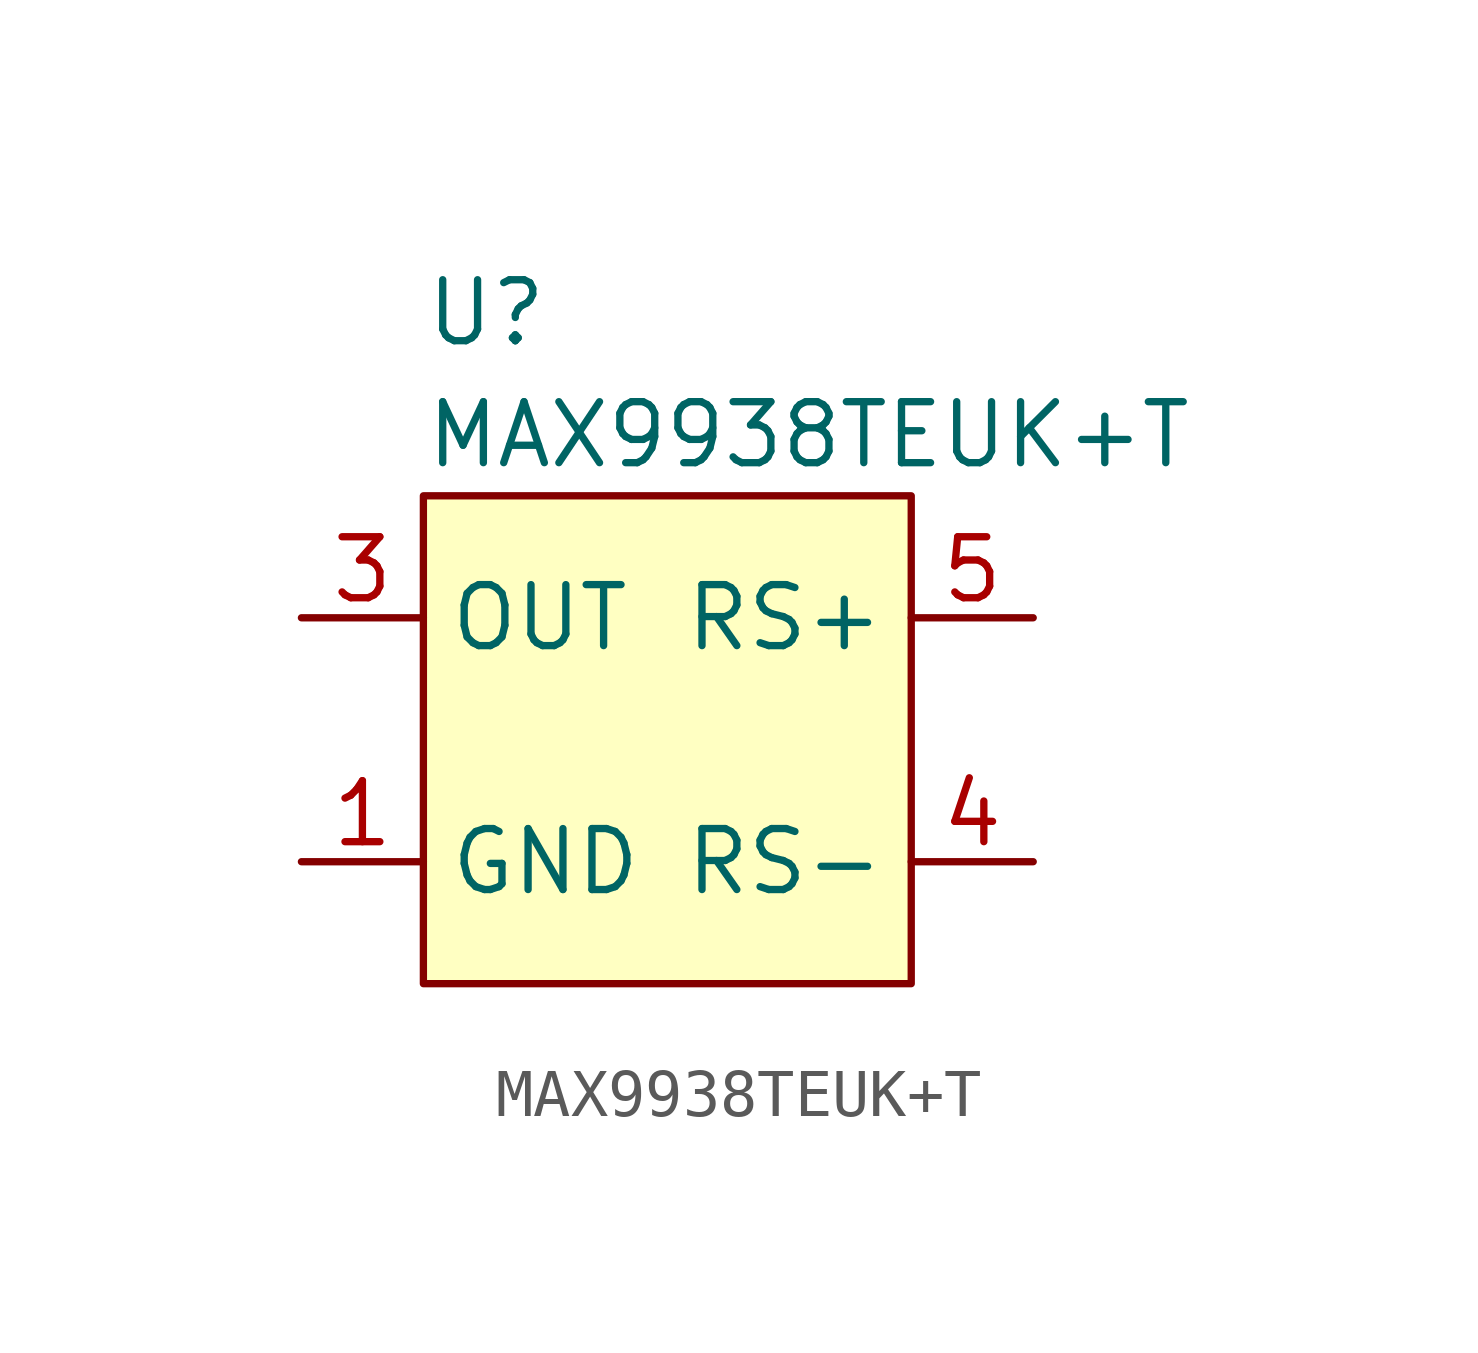
<source format=kicad_sym>
(kicad_symbol_lib
  (version 20211014)
  (generator kicad_symbol_editor)
  (symbol "MAX9938TEUK+T"
    (property "Reference" "U"
      (at -5.08 8.89 0)
      (effects (font (size 1.27 1.27)) (justify left)))
    (property "Value" "MAX9938TEUK+T"
      (at -5.08 6.35 0)
      (effects (font (size 1.27 1.27)) (justify left)))
    (symbol "MAX9938TEUK+T_0_1"
      (rectangle (start -5.08 5.08) (end 5.08 -5.08) (stroke (width 0) (type default) (color 0 0 0 0)) (fill (type background))))
    (symbol "MAX9938TEUK+T_1_1"
      (pin input line (at -7.62 -2.54 0) (length 2.54) (name "GND" (effects (font (size 1.27 1.27)))) (number "1" (effects (font (size 1.27 1.27)))))
      (pin input line (at -7.62 -2.54 0) (length 2.54) hide (name "GND" (effects (font (size 1.27 1.27)))) (number "2" (effects (font (size 1.27 1.27)))))
      (pin input line (at -7.62 2.54 0) (length 2.54) (name "OUT" (effects (font (size 1.27 1.27)))) (number "3" (effects (font (size 1.27 1.27)))))
      (pin input line (at 7.62 -2.54 180) (length 2.54) (name "RS-" (effects (font (size 1.27 1.27)))) (number "4" (effects (font (size 1.27 1.27)))))
      (pin input line (at 7.62 2.54 180) (length 2.54) (name "RS+" (effects (font (size 1.27 1.27)))) (number "5" (effects (font (size 1.27 1.27))))))))
</source>
